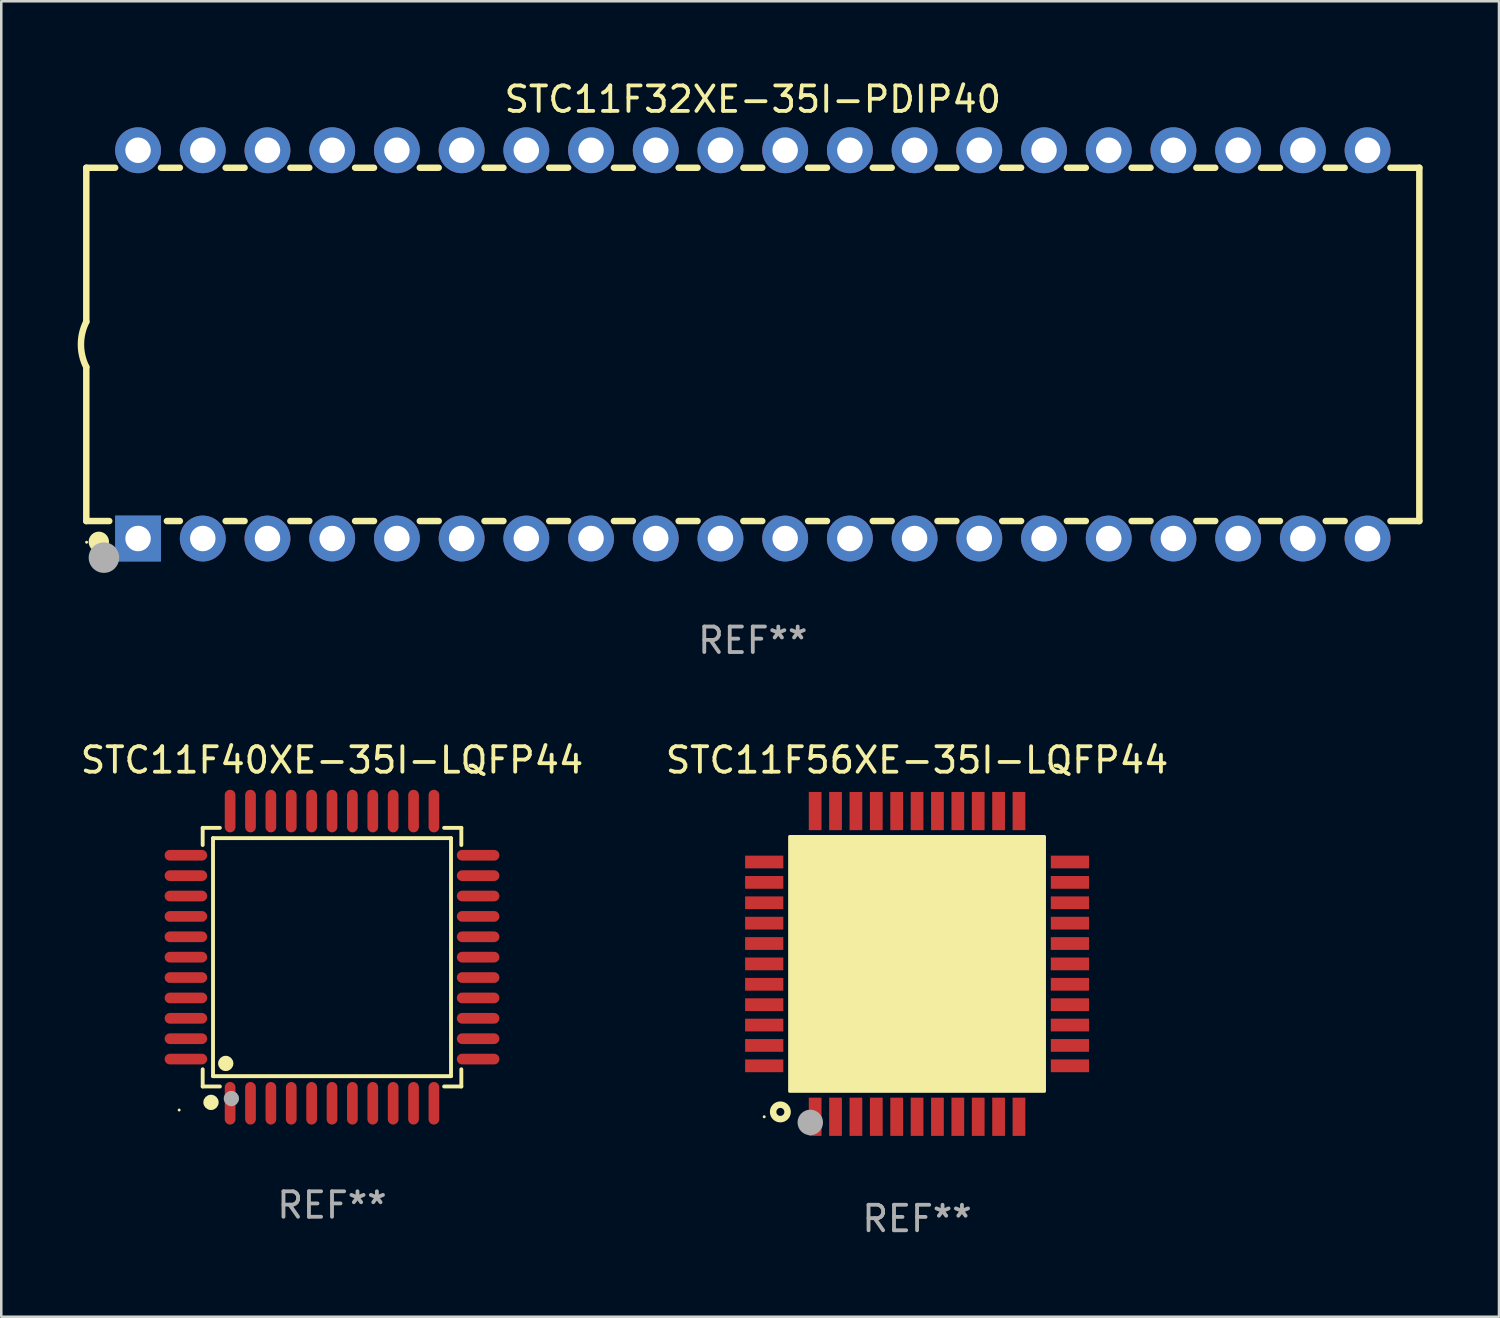
<source format=kicad_pcb>
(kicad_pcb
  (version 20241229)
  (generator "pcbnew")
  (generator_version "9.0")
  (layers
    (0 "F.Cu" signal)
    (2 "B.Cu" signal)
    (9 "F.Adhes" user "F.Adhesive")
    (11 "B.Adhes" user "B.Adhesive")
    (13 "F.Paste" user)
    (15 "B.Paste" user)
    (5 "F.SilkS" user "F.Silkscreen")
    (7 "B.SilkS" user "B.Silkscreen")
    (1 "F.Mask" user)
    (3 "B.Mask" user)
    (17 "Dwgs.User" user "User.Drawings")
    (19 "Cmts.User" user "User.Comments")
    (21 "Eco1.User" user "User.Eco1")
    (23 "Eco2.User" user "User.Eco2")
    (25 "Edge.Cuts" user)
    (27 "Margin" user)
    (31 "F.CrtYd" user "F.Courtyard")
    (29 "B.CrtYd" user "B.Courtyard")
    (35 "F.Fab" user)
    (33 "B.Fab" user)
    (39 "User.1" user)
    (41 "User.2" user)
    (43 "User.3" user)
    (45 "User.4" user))
  (footprint "STC11F56XE-35I-LQFP44"
    (layer "F.Cu")
    (at 32.946 34.785)
    (property "Reference" "STC11F56XE-35I-LQFP44" (at 0 -8 0) (layer "F.SilkS") (effects (font (size 1 1) (thickness 0.15))))
    (attr through_hole)
    (fp_circle (center -6 6) (end -5.97 6) (stroke (width 0.06) (type solid)) (fill no) (layer "F.SilkS"))
    (fp_circle (center -5.366 5.809) (end -5.082 5.809) (stroke (width 0.254) (type solid)) (fill no) (layer "F.SilkS"))
    (fp_poly (pts (xy -5 -5) (xy 5 -5) (xy 5 5) (xy -5 5)) (stroke (width 0.12) (type solid)) (fill yes) (layer "F.SilkS"))
    (fp_circle (center -4.191 6.223) (end -3.941 6.223) (stroke (width 0.5) (type solid)) (fill no) (layer "F.Fab"))
    (fp_text user "REF**" (at 0 10 0) (layer "F.Fab") (effects (font (size 1 1) (thickness 0.15))))
    (pad "1" smd rect (at -4 6 90) (size 1.5 0.5) (layers "F.Cu" "F.Mask" "F.Paste"))
    (pad "2" smd rect (at -3.2 6 90) (size 1.5 0.5) (layers "F.Cu" "F.Mask" "F.Paste"))
    (pad "3" smd rect (at -2.4 6 90) (size 1.5 0.5) (layers "F.Cu" "F.Mask" "F.Paste"))
    (pad "4" smd rect (at -1.6 6 90) (size 1.5 0.5) (layers "F.Cu" "F.Mask" "F.Paste"))
    (pad "5" smd rect (at -0.8 6 90) (size 1.5 0.5) (layers "F.Cu" "F.Mask" "F.Paste"))
    (pad "6" smd rect (at 0 6 90) (size 1.5 0.5) (layers "F.Cu" "F.Mask" "F.Paste"))
    (pad "7" smd rect (at 0.8 6 90) (size 1.5 0.5) (layers "F.Cu" "F.Mask" "F.Paste"))
    (pad "8" smd rect (at 1.6 6 90) (size 1.5 0.5) (layers "F.Cu" "F.Mask" "F.Paste"))
    (pad "9" smd rect (at 2.4 6 90) (size 1.5 0.5) (layers "F.Cu" "F.Mask" "F.Paste"))
    (pad "10" smd rect (at 3.2 6 90) (size 1.5 0.5) (layers "F.Cu" "F.Mask" "F.Paste"))
    (pad "11" smd rect (at 4 6 90) (size 1.5 0.5) (layers "F.Cu" "F.Mask" "F.Paste"))
    (pad "12" smd rect (at 6 4 180) (size 1.5 0.5) (layers "F.Cu" "F.Mask" "F.Paste"))
    (pad "13" smd rect (at 6 3.2 180) (size 1.5 0.5) (layers "F.Cu" "F.Mask" "F.Paste"))
    (pad "14" smd rect (at 6 2.4 180) (size 1.5 0.5) (layers "F.Cu" "F.Mask" "F.Paste"))
    (pad "15" smd rect (at 6 1.6 180) (size 1.5 0.5) (layers "F.Cu" "F.Mask" "F.Paste"))
    (pad "16" smd rect (at 6 0.8 180) (size 1.5 0.5) (layers "F.Cu" "F.Mask" "F.Paste"))
    (pad "17" smd rect (at 6 0 180) (size 1.5 0.5) (layers "F.Cu" "F.Mask" "F.Paste"))
    (pad "18" smd rect (at 6 -0.8 180) (size 1.5 0.5) (layers "F.Cu" "F.Mask" "F.Paste"))
    (pad "19" smd rect (at 6 -1.6 180) (size 1.5 0.5) (layers "F.Cu" "F.Mask" "F.Paste"))
    (pad "20" smd rect (at 6 -2.4 180) (size 1.5 0.5) (layers "F.Cu" "F.Mask" "F.Paste"))
    (pad "21" smd rect (at 6 -3.2 180) (size 1.5 0.5) (layers "F.Cu" "F.Mask" "F.Paste"))
    (pad "22" smd rect (at 6 -4 180) (size 1.5 0.5) (layers "F.Cu" "F.Mask" "F.Paste"))
    (pad "23" smd rect (at 4 -6 270) (size 1.5 0.5) (layers "F.Cu" "F.Mask" "F.Paste"))
    (pad "24" smd rect (at 3.2 -6 270) (size 1.5 0.5) (layers "F.Cu" "F.Mask" "F.Paste"))
    (pad "25" smd rect (at 2.4 -6 270) (size 1.5 0.5) (layers "F.Cu" "F.Mask" "F.Paste"))
    (pad "26" smd rect (at 1.6 -6 270) (size 1.5 0.5) (layers "F.Cu" "F.Mask" "F.Paste"))
    (pad "27" smd rect (at 0.8 -6 270) (size 1.5 0.5) (layers "F.Cu" "F.Mask" "F.Paste"))
    (pad "28" smd rect (at 0 -6 270) (size 1.5 0.5) (layers "F.Cu" "F.Mask" "F.Paste"))
    (pad "29" smd rect (at -0.8 -6 270) (size 1.5 0.5) (layers "F.Cu" "F.Mask" "F.Paste"))
    (pad "30" smd rect (at -1.6 -6 270) (size 1.5 0.5) (layers "F.Cu" "F.Mask" "F.Paste"))
    (pad "31" smd rect (at -2.4 -6 270) (size 1.5 0.5) (layers "F.Cu" "F.Mask" "F.Paste"))
    (pad "32" smd rect (at -3.2 -6 270) (size 1.5 0.5) (layers "F.Cu" "F.Mask" "F.Paste"))
    (pad "33" smd rect (at -4 -6 270) (size 1.5 0.5) (layers "F.Cu" "F.Mask" "F.Paste"))
    (pad "34" smd rect (at -6 -4) (size 1.5 0.5) (layers "F.Cu" "F.Mask" "F.Paste"))
    (pad "35" smd rect (at -6 -3.2) (size 1.5 0.5) (layers "F.Cu" "F.Mask" "F.Paste"))
    (pad "36" smd rect (at -6 -2.4) (size 1.5 0.5) (layers "F.Cu" "F.Mask" "F.Paste"))
    (pad "37" smd rect (at -6 -1.6) (size 1.5 0.5) (layers "F.Cu" "F.Mask" "F.Paste"))
    (pad "38" smd rect (at -6 -0.8) (size 1.5 0.5) (layers "F.Cu" "F.Mask" "F.Paste"))
    (pad "39" smd rect (at -6 0) (size 1.5 0.5) (layers "F.Cu" "F.Mask" "F.Paste"))
    (pad "40" smd rect (at -6 0.8) (size 1.5 0.5) (layers "F.Cu" "F.Mask" "F.Paste"))
    (pad "41" smd rect (at -6 1.6) (size 1.5 0.5) (layers "F.Cu" "F.Mask" "F.Paste"))
    (pad "42" smd rect (at -6 2.4) (size 1.5 0.5) (layers "F.Cu" "F.Mask" "F.Paste"))
    (pad "43" smd rect (at -6 3.2) (size 1.5 0.5) (layers "F.Cu" "F.Mask" "F.Paste"))
    (pad "44" smd rect (at -6 4) (size 1.5 0.5) (layers "F.Cu" "F.Mask" "F.Paste")))
  (footprint "STC11F40XE-35I-LQFP44"
    (layer "F.Cu")
    (at 9.982 34.52)
    (property "Reference" "STC11F40XE-35I-LQFP44" (at 0 -7.735 0) (layer "F.SilkS") (effects (font (size 1 1) (thickness 0.15))))
    (attr through_hole)
    (fp_line (start -5.076 -5.076) (end -4.401 -5.076) (stroke (width 0.152) (type solid)) (layer "F.SilkS"))
    (fp_line (start -5.076 -4.401) (end -5.076 -5.076) (stroke (width 0.152) (type solid)) (layer "F.SilkS"))
    (fp_line (start -5.076 4.401) (end -5.076 5.076) (stroke (width 0.152) (type solid)) (layer "F.SilkS"))
    (fp_line (start -5.076 5.076) (end -4.401 5.076) (stroke (width 0.152) (type solid)) (layer "F.SilkS"))
    (fp_line (start -4.671 -4.671) (end 4.671 -4.671) (stroke (width 0.152) (type solid)) (layer "F.SilkS"))
    (fp_line (start -4.671 4.671) (end -4.671 -4.671) (stroke (width 0.152) (type solid)) (layer "F.SilkS"))
    (fp_line (start 4.671 -4.671) (end 4.671 4.671) (stroke (width 0.152) (type solid)) (layer "F.SilkS"))
    (fp_line (start 4.671 4.671) (end -4.671 4.671) (stroke (width 0.152) (type solid)) (layer "F.SilkS"))
    (fp_line (start 5.076 -5.076) (end 4.401 -5.076) (stroke (width 0.152) (type solid)) (layer "F.SilkS"))
    (fp_line (start 5.076 -4.401) (end 5.076 -5.076) (stroke (width 0.152) (type solid)) (layer "F.SilkS"))
    (fp_line (start 5.076 4.401) (end 5.076 5.076) (stroke (width 0.152) (type solid)) (layer "F.SilkS"))
    (fp_line (start 5.076 5.076) (end 4.401 5.076) (stroke (width 0.152) (type solid)) (layer "F.SilkS"))
    (fp_circle (center -6 6) (end -5.97 6) (stroke (width 0.06) (type solid)) (fill no) (layer "F.SilkS"))
    (fp_circle (center -4.75 5.7) (end -4.6 5.7) (stroke (width 0.3) (type solid)) (fill no) (layer "F.SilkS"))
    (fp_circle (center -4.171 4.171) (end -4.021 4.171) (stroke (width 0.3) (type solid)) (fill no) (layer "F.SilkS"))
    (fp_circle (center -3.95 5.55) (end -3.8 5.55) (stroke (width 0.3) (type solid)) (fill no) (layer "F.Fab"))
    (fp_text user "REF**" (at 0 9.735 0) (layer "F.Fab") (effects (font (size 1 1) (thickness 0.15))))
    (pad "1" smd oval (at -4 5.735) (size 0.42 1.67) (layers "F.Cu" "F.Mask" "F.Paste"))
    (pad "2" smd oval (at -3.2 5.735) (size 0.42 1.67) (layers "F.Cu" "F.Mask" "F.Paste"))
    (pad "3" smd oval (at -2.4 5.735) (size 0.42 1.67) (layers "F.Cu" "F.Mask" "F.Paste"))
    (pad "4" smd oval (at -1.6 5.735) (size 0.42 1.67) (layers "F.Cu" "F.Mask" "F.Paste"))
    (pad "5" smd oval (at -0.8 5.735) (size 0.42 1.67) (layers "F.Cu" "F.Mask" "F.Paste"))
    (pad "6" smd oval (at 0 5.735) (size 0.42 1.67) (layers "F.Cu" "F.Mask" "F.Paste"))
    (pad "7" smd oval (at 0.8 5.735) (size 0.42 1.67) (layers "F.Cu" "F.Mask" "F.Paste"))
    (pad "8" smd oval (at 1.6 5.735) (size 0.42 1.67) (layers "F.Cu" "F.Mask" "F.Paste"))
    (pad "9" smd oval (at 2.4 5.735) (size 0.42 1.67) (layers "F.Cu" "F.Mask" "F.Paste"))
    (pad "10" smd oval (at 3.2 5.735) (size 0.42 1.67) (layers "F.Cu" "F.Mask" "F.Paste"))
    (pad "11" smd oval (at 4 5.735) (size 0.42 1.67) (layers "F.Cu" "F.Mask" "F.Paste"))
    (pad "12" smd oval (at 5.735 4) (size 1.67 0.42) (layers "F.Cu" "F.Mask" "F.Paste"))
    (pad "13" smd oval (at 5.735 3.2) (size 1.67 0.42) (layers "F.Cu" "F.Mask" "F.Paste"))
    (pad "14" smd oval (at 5.735 2.4) (size 1.67 0.42) (layers "F.Cu" "F.Mask" "F.Paste"))
    (pad "15" smd oval (at 5.735 1.6) (size 1.67 0.42) (layers "F.Cu" "F.Mask" "F.Paste"))
    (pad "16" smd oval (at 5.735 0.8) (size 1.67 0.42) (layers "F.Cu" "F.Mask" "F.Paste"))
    (pad "17" smd oval (at 5.735 0) (size 1.67 0.42) (layers "F.Cu" "F.Mask" "F.Paste"))
    (pad "18" smd oval (at 5.735 -0.8) (size 1.67 0.42) (layers "F.Cu" "F.Mask" "F.Paste"))
    (pad "19" smd oval (at 5.735 -1.6) (size 1.67 0.42) (layers "F.Cu" "F.Mask" "F.Paste"))
    (pad "20" smd oval (at 5.735 -2.4) (size 1.67 0.42) (layers "F.Cu" "F.Mask" "F.Paste"))
    (pad "21" smd oval (at 5.735 -3.2) (size 1.67 0.42) (layers "F.Cu" "F.Mask" "F.Paste"))
    (pad "22" smd oval (at 5.735 -4) (size 1.67 0.42) (layers "F.Cu" "F.Mask" "F.Paste"))
    (pad "23" smd oval (at 4 -5.735) (size 0.42 1.67) (layers "F.Cu" "F.Mask" "F.Paste"))
    (pad "24" smd oval (at 3.2 -5.735) (size 0.42 1.67) (layers "F.Cu" "F.Mask" "F.Paste"))
    (pad "25" smd oval (at 2.4 -5.735) (size 0.42 1.67) (layers "F.Cu" "F.Mask" "F.Paste"))
    (pad "26" smd oval (at 1.6 -5.735) (size 0.42 1.67) (layers "F.Cu" "F.Mask" "F.Paste"))
    (pad "27" smd oval (at 0.8 -5.735) (size 0.42 1.67) (layers "F.Cu" "F.Mask" "F.Paste"))
    (pad "28" smd oval (at 0 -5.735) (size 0.42 1.67) (layers "F.Cu" "F.Mask" "F.Paste"))
    (pad "29" smd oval (at -0.8 -5.735) (size 0.42 1.67) (layers "F.Cu" "F.Mask" "F.Paste"))
    (pad "30" smd oval (at -1.6 -5.735) (size 0.42 1.67) (layers "F.Cu" "F.Mask" "F.Paste"))
    (pad "31" smd oval (at -2.4 -5.735) (size 0.42 1.67) (layers "F.Cu" "F.Mask" "F.Paste"))
    (pad "32" smd oval (at -3.2 -5.735) (size 0.42 1.67) (layers "F.Cu" "F.Mask" "F.Paste"))
    (pad "33" smd oval (at -4 -5.735) (size 0.42 1.67) (layers "F.Cu" "F.Mask" "F.Paste"))
    (pad "34" smd oval (at -5.735 -4) (size 1.67 0.42) (layers "F.Cu" "F.Mask" "F.Paste"))
    (pad "35" smd oval (at -5.735 -3.2) (size 1.67 0.42) (layers "F.Cu" "F.Mask" "F.Paste"))
    (pad "36" smd oval (at -5.735 -2.4) (size 1.67 0.42) (layers "F.Cu" "F.Mask" "F.Paste"))
    (pad "37" smd oval (at -5.735 -1.6) (size 1.67 0.42) (layers "F.Cu" "F.Mask" "F.Paste"))
    (pad "38" smd oval (at -5.735 -0.8) (size 1.67 0.42) (layers "F.Cu" "F.Mask" "F.Paste"))
    (pad "39" smd oval (at -5.735 0) (size 1.67 0.42) (layers "F.Cu" "F.Mask" "F.Paste"))
    (pad "40" smd oval (at -5.735 0.8) (size 1.67 0.42) (layers "F.Cu" "F.Mask" "F.Paste"))
    (pad "41" smd oval (at -5.735 1.6) (size 1.67 0.42) (layers "F.Cu" "F.Mask" "F.Paste"))
    (pad "42" smd oval (at -5.735 2.4) (size 1.67 0.42) (layers "F.Cu" "F.Mask" "F.Paste"))
    (pad "43" smd oval (at -5.735 3.2) (size 1.67 0.42) (layers "F.Cu" "F.Mask" "F.Paste"))
    (pad "44" smd oval (at -5.735 4) (size 1.67 0.42) (layers "F.Cu" "F.Mask" "F.Paste")))
  (footprint "STC11F32XE-35I-PDIP40"
    (layer "F.Cu")
    (at 26.499 10.468)
    (property "Reference" "STC11F32XE-35I-PDIP40" (at 0 -9.62 0) (layer "F.SilkS") (effects (font (size 1 1) (thickness 0.15))))
    (attr through_hole)
    (fp_line (start -26.162 -6.934) (end -26.162 -0.889) (stroke (width 0.254) (type solid)) (layer "F.SilkS"))
    (fp_line (start -26.162 -6.934) (end -25.029 -6.934) (stroke (width 0.254) (type solid)) (layer "F.SilkS"))
    (fp_line (start -26.162 6.934) (end -26.162 0.889) (stroke (width 0.254) (type solid)) (layer "F.SilkS"))
    (fp_line (start -26.162 6.934) (end -25.261 6.934) (stroke (width 0.254) (type solid)) (layer "F.SilkS"))
    (fp_line (start -23.231 -6.934) (end -22.489 -6.934) (stroke (width 0.254) (type solid)) (layer "F.SilkS"))
    (fp_line (start -22.999 6.934) (end -22.489 6.934) (stroke (width 0.254) (type solid)) (layer "F.SilkS"))
    (fp_line (start -20.691 -6.934) (end -19.949 -6.934) (stroke (width 0.254) (type solid)) (layer "F.SilkS"))
    (fp_line (start -20.691 6.934) (end -19.949 6.934) (stroke (width 0.254) (type solid)) (layer "F.SilkS"))
    (fp_line (start -18.151 -6.934) (end -17.409 -6.934) (stroke (width 0.254) (type solid)) (layer "F.SilkS"))
    (fp_line (start -18.151 6.934) (end -17.409 6.934) (stroke (width 0.254) (type solid)) (layer "F.SilkS"))
    (fp_line (start -15.611 -6.934) (end -14.869 -6.934) (stroke (width 0.254) (type solid)) (layer "F.SilkS"))
    (fp_line (start -15.611 6.934) (end -14.869 6.934) (stroke (width 0.254) (type solid)) (layer "F.SilkS"))
    (fp_line (start -13.071 -6.934) (end -12.329 -6.934) (stroke (width 0.254) (type solid)) (layer "F.SilkS"))
    (fp_line (start -13.071 6.934) (end -12.329 6.934) (stroke (width 0.254) (type solid)) (layer "F.SilkS"))
    (fp_line (start -10.531 -6.934) (end -9.789 -6.934) (stroke (width 0.254) (type solid)) (layer "F.SilkS"))
    (fp_line (start -10.531 6.934) (end -9.789 6.934) (stroke (width 0.254) (type solid)) (layer "F.SilkS"))
    (fp_line (start -7.991 -6.934) (end -7.249 -6.934) (stroke (width 0.254) (type solid)) (layer "F.SilkS"))
    (fp_line (start -7.991 6.934) (end -7.249 6.934) (stroke (width 0.254) (type solid)) (layer "F.SilkS"))
    (fp_line (start -5.451 -6.934) (end -4.709 -6.934) (stroke (width 0.254) (type solid)) (layer "F.SilkS"))
    (fp_line (start -5.451 6.934) (end -4.709 6.934) (stroke (width 0.254) (type solid)) (layer "F.SilkS"))
    (fp_line (start -2.911 -6.934) (end -2.169 -6.934) (stroke (width 0.254) (type solid)) (layer "F.SilkS"))
    (fp_line (start -2.911 6.934) (end -2.169 6.934) (stroke (width 0.254) (type solid)) (layer "F.SilkS"))
    (fp_line (start -0.371 -6.934) (end 0.371 -6.934) (stroke (width 0.254) (type solid)) (layer "F.SilkS"))
    (fp_line (start -0.371 6.934) (end 0.371 6.934) (stroke (width 0.254) (type solid)) (layer "F.SilkS"))
    (fp_line (start 2.169 -6.934) (end 2.911 -6.934) (stroke (width 0.254) (type solid)) (layer "F.SilkS"))
    (fp_line (start 2.169 6.934) (end 2.911 6.934) (stroke (width 0.254) (type solid)) (layer "F.SilkS"))
    (fp_line (start 4.709 -6.934) (end 5.451 -6.934) (stroke (width 0.254) (type solid)) (layer "F.SilkS"))
    (fp_line (start 4.709 6.934) (end 5.451 6.934) (stroke (width 0.254) (type solid)) (layer "F.SilkS"))
    (fp_line (start 7.249 -6.934) (end 7.991 -6.934) (stroke (width 0.254) (type solid)) (layer "F.SilkS"))
    (fp_line (start 7.249 6.934) (end 7.991 6.934) (stroke (width 0.254) (type solid)) (layer "F.SilkS"))
    (fp_line (start 9.789 -6.934) (end 10.531 -6.934) (stroke (width 0.254) (type solid)) (layer "F.SilkS"))
    (fp_line (start 9.789 6.934) (end 10.531 6.934) (stroke (width 0.254) (type solid)) (layer "F.SilkS"))
    (fp_line (start 12.329 -6.934) (end 13.071 -6.934) (stroke (width 0.254) (type solid)) (layer "F.SilkS"))
    (fp_line (start 12.329 6.934) (end 13.071 6.934) (stroke (width 0.254) (type solid)) (layer "F.SilkS"))
    (fp_line (start 14.869 -6.934) (end 15.611 -6.934) (stroke (width 0.254) (type solid)) (layer "F.SilkS"))
    (fp_line (start 14.869 6.934) (end 15.611 6.934) (stroke (width 0.254) (type solid)) (layer "F.SilkS"))
    (fp_line (start 17.409 -6.934) (end 18.151 -6.934) (stroke (width 0.254) (type solid)) (layer "F.SilkS"))
    (fp_line (start 17.409 6.934) (end 18.151 6.934) (stroke (width 0.254) (type solid)) (layer "F.SilkS"))
    (fp_line (start 19.949 -6.934) (end 20.691 -6.934) (stroke (width 0.254) (type solid)) (layer "F.SilkS"))
    (fp_line (start 19.949 6.934) (end 20.691 6.934) (stroke (width 0.254) (type solid)) (layer "F.SilkS"))
    (fp_line (start 22.489 -6.934) (end 23.231 -6.934) (stroke (width 0.254) (type solid)) (layer "F.SilkS"))
    (fp_line (start 22.489 6.934) (end 23.231 6.934) (stroke (width 0.254) (type solid)) (layer "F.SilkS"))
    (fp_line (start 25.029 -6.934) (end 26.162 -6.934) (stroke (width 0.254) (type solid)) (layer "F.SilkS"))
    (fp_line (start 25.029 6.934) (end 26.162 6.934) (stroke (width 0.254) (type solid)) (layer "F.SilkS"))
    (fp_line (start 26.162 -6.934) (end 26.162 6.934) (stroke (width 0.254) (type solid)) (layer "F.SilkS"))
    (fp_arc (start -26.162052 0.889001) (mid -26.371917 0) (end -26.162052 -0.889002) (stroke (width 0.254001) (type solid)) (layer "F.SilkS"))
    (fp_circle (center -26.15 7.765) (end -26.12 7.765) (stroke (width 0.06) (type solid)) (fill no) (layer "F.SilkS"))
    (fp_circle (center -25.67 7.75) (end -25.47 7.75) (stroke (width 0.4) (type solid)) (fill no) (layer "F.SilkS"))
    (fp_circle (center -25.47 8.37) (end -25.17 8.37) (stroke (width 0.6) (type solid)) (fill no) (layer "F.Fab"))
    (fp_text user "REF**" (at 0 11.62 0) (layer "F.Fab") (effects (font (size 1 1) (thickness 0.15))))
    (pad "1" thru_hole rect (at -24.13 7.62) (size 1.8 1.8) (drill 1) (layers "*.Cu" "*.Mask"))
    (pad "2" thru_hole circle (at -21.59 7.62) (size 1.8 1.8) (drill 1) (layers "*.Cu" "*.Mask"))
    (pad "3" thru_hole circle (at -19.05 7.62) (size 1.8 1.8) (drill 1) (layers "*.Cu" "*.Mask"))
    (pad "4" thru_hole circle (at -16.51 7.62) (size 1.8 1.8) (drill 1) (layers "*.Cu" "*.Mask"))
    (pad "5" thru_hole circle (at -13.97 7.62) (size 1.8 1.8) (drill 1) (layers "*.Cu" "*.Mask"))
    (pad "6" thru_hole circle (at -11.43 7.62) (size 1.8 1.8) (drill 1) (layers "*.Cu" "*.Mask"))
    (pad "7" thru_hole circle (at -8.89 7.62) (size 1.8 1.8) (drill 1) (layers "*.Cu" "*.Mask"))
    (pad "8" thru_hole circle (at -6.35 7.62) (size 1.8 1.8) (drill 1) (layers "*.Cu" "*.Mask"))
    (pad "9" thru_hole circle (at -3.81 7.62) (size 1.8 1.8) (drill 1) (layers "*.Cu" "*.Mask"))
    (pad "10" thru_hole circle (at -1.27 7.62) (size 1.8 1.8) (drill 1) (layers "*.Cu" "*.Mask"))
    (pad "11" thru_hole circle (at 1.27 7.62) (size 1.8 1.8) (drill 1) (layers "*.Cu" "*.Mask"))
    (pad "12" thru_hole circle (at 3.81 7.62) (size 1.8 1.8) (drill 1) (layers "*.Cu" "*.Mask"))
    (pad "13" thru_hole circle (at 6.35 7.62) (size 1.8 1.8) (drill 1) (layers "*.Cu" "*.Mask"))
    (pad "14" thru_hole circle (at 8.89 7.62) (size 1.8 1.8) (drill 1) (layers "*.Cu" "*.Mask"))
    (pad "15" thru_hole circle (at 11.43 7.62) (size 1.8 1.8) (drill 1) (layers "*.Cu" "*.Mask"))
    (pad "16" thru_hole circle (at 13.97 7.62) (size 1.8 1.8) (drill 1) (layers "*.Cu" "*.Mask"))
    (pad "17" thru_hole circle (at 16.51 7.62) (size 1.8 1.8) (drill 1) (layers "*.Cu" "*.Mask"))
    (pad "18" thru_hole circle (at 19.05 7.62) (size 1.8 1.8) (drill 1) (layers "*.Cu" "*.Mask"))
    (pad "19" thru_hole circle (at 21.59 7.62) (size 1.8 1.8) (drill 1) (layers "*.Cu" "*.Mask"))
    (pad "20" thru_hole circle (at 24.13 7.62) (size 1.8 1.8) (drill 1) (layers "*.Cu" "*.Mask"))
    (pad "21" thru_hole circle (at 24.13 -7.62) (size 1.8 1.8) (drill 1) (layers "*.Cu" "*.Mask"))
    (pad "22" thru_hole circle (at 21.59 -7.62) (size 1.8 1.8) (drill 1) (layers "*.Cu" "*.Mask"))
    (pad "23" thru_hole circle (at 19.05 -7.62) (size 1.8 1.8) (drill 1) (layers "*.Cu" "*.Mask"))
    (pad "24" thru_hole circle (at 16.51 -7.62) (size 1.8 1.8) (drill 1) (layers "*.Cu" "*.Mask"))
    (pad "25" thru_hole circle (at 13.97 -7.62) (size 1.8 1.8) (drill 1) (layers "*.Cu" "*.Mask"))
    (pad "26" thru_hole circle (at 11.43 -7.62) (size 1.8 1.8) (drill 1) (layers "*.Cu" "*.Mask"))
    (pad "27" thru_hole circle (at 8.89 -7.62) (size 1.8 1.8) (drill 1) (layers "*.Cu" "*.Mask"))
    (pad "28" thru_hole circle (at 6.35 -7.62) (size 1.8 1.8) (drill 1) (layers "*.Cu" "*.Mask"))
    (pad "29" thru_hole circle (at 3.81 -7.62) (size 1.8 1.8) (drill 1) (layers "*.Cu" "*.Mask"))
    (pad "30" thru_hole circle (at 1.27 -7.62) (size 1.8 1.8) (drill 1) (layers "*.Cu" "*.Mask"))
    (pad "31" thru_hole circle (at -1.27 -7.62) (size 1.8 1.8) (drill 1) (layers "*.Cu" "*.Mask"))
    (pad "32" thru_hole circle (at -3.81 -7.62) (size 1.8 1.8) (drill 1) (layers "*.Cu" "*.Mask"))
    (pad "33" thru_hole circle (at -6.35 -7.62) (size 1.8 1.8) (drill 1) (layers "*.Cu" "*.Mask"))
    (pad "34" thru_hole circle (at -8.89 -7.62) (size 1.8 1.8) (drill 1) (layers "*.Cu" "*.Mask"))
    (pad "35" thru_hole circle (at -11.43 -7.62) (size 1.8 1.8) (drill 1) (layers "*.Cu" "*.Mask"))
    (pad "36" thru_hole circle (at -13.97 -7.62) (size 1.8 1.8) (drill 1) (layers "*.Cu" "*.Mask"))
    (pad "37" thru_hole circle (at -16.51 -7.62) (size 1.8 1.8) (drill 1) (layers "*.Cu" "*.Mask"))
    (pad "38" thru_hole circle (at -19.05 -7.62) (size 1.8 1.8) (drill 1) (layers "*.Cu" "*.Mask"))
    (pad "39" thru_hole circle (at -21.59 -7.62) (size 1.8 1.8) (drill 1) (layers "*.Cu" "*.Mask"))
    (pad "40" thru_hole circle (at -24.13 -7.62) (size 1.8 1.8) (drill 1) (layers "*.Cu" "*.Mask")))
  (gr_rect
    (start -3 -3)
    (end 55.788 48.633)
    (stroke (width 0.1) (type default))
    (fill no)
    (layer "Edge.Cuts")))
</source>
